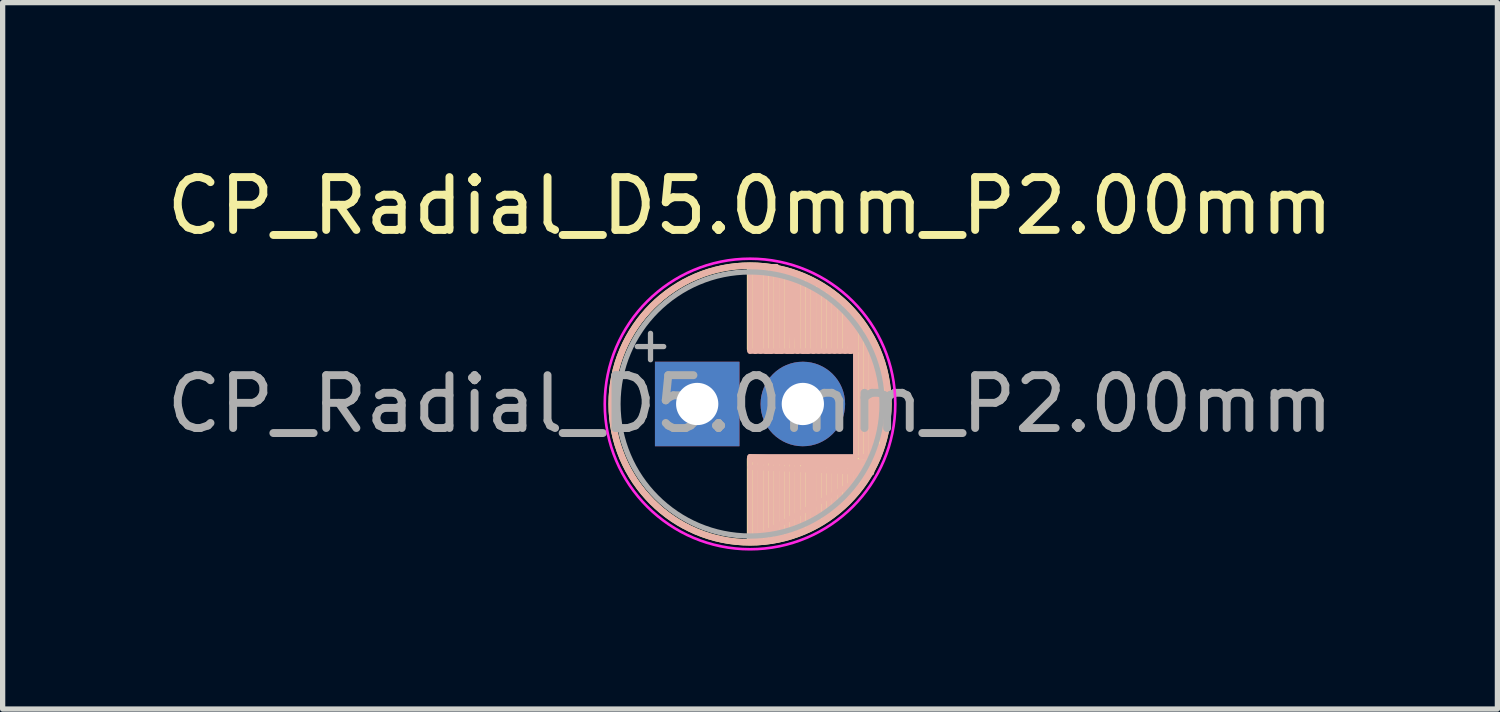
<source format=kicad_pcb>
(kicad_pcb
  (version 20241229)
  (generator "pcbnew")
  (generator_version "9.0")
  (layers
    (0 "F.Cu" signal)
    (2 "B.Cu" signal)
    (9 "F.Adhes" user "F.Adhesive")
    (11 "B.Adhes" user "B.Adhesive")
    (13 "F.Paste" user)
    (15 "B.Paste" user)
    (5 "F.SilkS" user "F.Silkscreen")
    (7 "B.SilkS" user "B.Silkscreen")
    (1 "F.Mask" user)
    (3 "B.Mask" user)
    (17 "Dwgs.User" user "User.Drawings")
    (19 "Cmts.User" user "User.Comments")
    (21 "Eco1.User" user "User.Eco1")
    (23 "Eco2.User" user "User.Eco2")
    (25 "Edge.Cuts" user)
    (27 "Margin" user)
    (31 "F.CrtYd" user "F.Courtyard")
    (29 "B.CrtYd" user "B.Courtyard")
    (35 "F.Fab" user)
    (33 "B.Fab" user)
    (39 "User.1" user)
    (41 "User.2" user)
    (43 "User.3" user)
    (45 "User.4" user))
  (footprint "CP_Radial_D5.0mm_P2.00mm"
    (layer "F.Cu")
    (at 10.149 4.598)
    (property "Reference" "CP_Radial_D5.0mm_P2.00mm" (at 1 -3.75 0) (layer "F.SilkS") (effects (font (size 1 1) (thickness 0.15))))
    (attr through_hole)
    (fp_line (start 1 -2.58) (end 1 -1.04) (stroke (width 0.12) (type solid)) (layer "F.SilkS"))
    (fp_line (start 1 1.04) (end 1 2.58) (stroke (width 0.12) (type solid)) (layer "F.SilkS"))
    (fp_line (start 1.04 -2.58) (end 1.04 -1.04) (stroke (width 0.12) (type solid)) (layer "F.SilkS"))
    (fp_line (start 1.04 1.04) (end 1.04 2.58) (stroke (width 0.12) (type solid)) (layer "F.SilkS"))
    (fp_line (start 1.08 -2.579) (end 1.08 -1.04) (stroke (width 0.12) (type solid)) (layer "F.SilkS"))
    (fp_line (start 1.08 1.04) (end 1.08 2.579) (stroke (width 0.12) (type solid)) (layer "F.SilkS"))
    (fp_line (start 1.12 -2.577) (end 1.12 -1.04) (stroke (width 0.12) (type solid)) (layer "F.SilkS"))
    (fp_line (start 1.12 1.04) (end 1.12 2.577) (stroke (width 0.12) (type solid)) (layer "F.SilkS"))
    (fp_line (start 1.16 -2.575) (end 1.16 -1.04) (stroke (width 0.12) (type solid)) (layer "F.SilkS"))
    (fp_line (start 1.16 1.04) (end 1.16 2.575) (stroke (width 0.12) (type solid)) (layer "F.SilkS"))
    (fp_line (start 1.2 -2.572) (end 1.2 -1.04) (stroke (width 0.12) (type solid)) (layer "F.SilkS"))
    (fp_line (start 1.2 1.04) (end 1.2 2.572) (stroke (width 0.12) (type solid)) (layer "F.SilkS"))
    (fp_line (start 1.24 -2.569) (end 1.24 -1.04) (stroke (width 0.12) (type solid)) (layer "F.SilkS"))
    (fp_line (start 1.24 1.04) (end 1.24 2.569) (stroke (width 0.12) (type solid)) (layer "F.SilkS"))
    (fp_line (start 1.28 -2.565) (end 1.28 -1.04) (stroke (width 0.12) (type solid)) (layer "F.SilkS"))
    (fp_line (start 1.28 1.04) (end 1.28 2.565) (stroke (width 0.12) (type solid)) (layer "F.SilkS"))
    (fp_line (start 1.32 -2.56) (end 1.32 -1.04) (stroke (width 0.12) (type solid)) (layer "F.SilkS"))
    (fp_line (start 1.32 1.04) (end 1.32 2.56) (stroke (width 0.12) (type solid)) (layer "F.SilkS"))
    (fp_line (start 1.36 -2.555) (end 1.36 -1.04) (stroke (width 0.12) (type solid)) (layer "F.SilkS"))
    (fp_line (start 1.36 1.04) (end 1.36 2.555) (stroke (width 0.12) (type solid)) (layer "F.SilkS"))
    (fp_line (start 1.4 -2.549) (end 1.4 -1.04) (stroke (width 0.12) (type solid)) (layer "F.SilkS"))
    (fp_line (start 1.4 1.04) (end 1.4 2.549) (stroke (width 0.12) (type solid)) (layer "F.SilkS"))
    (fp_line (start 1.44 -2.543) (end 1.44 -1.04) (stroke (width 0.12) (type solid)) (layer "F.SilkS"))
    (fp_line (start 1.44 1.04) (end 1.44 2.543) (stroke (width 0.12) (type solid)) (layer "F.SilkS"))
    (fp_line (start 1.48 -2.536) (end 1.48 -1.04) (stroke (width 0.12) (type solid)) (layer "F.SilkS"))
    (fp_line (start 1.48 1.04) (end 1.48 2.536) (stroke (width 0.12) (type solid)) (layer "F.SilkS"))
    (fp_line (start 1.52 -2.528) (end 1.52 -1.04) (stroke (width 0.12) (type solid)) (layer "F.SilkS"))
    (fp_line (start 1.52 1.04) (end 1.52 2.528) (stroke (width 0.12) (type solid)) (layer "F.SilkS"))
    (fp_line (start 1.56 -2.519) (end 1.56 -1.04) (stroke (width 0.12) (type solid)) (layer "F.SilkS"))
    (fp_line (start 1.56 1.04) (end 1.56 2.519) (stroke (width 0.12) (type solid)) (layer "F.SilkS"))
    (fp_line (start 1.6 -2.51) (end 1.6 -1.04) (stroke (width 0.12) (type solid)) (layer "F.SilkS"))
    (fp_line (start 1.6 1.04) (end 1.6 2.51) (stroke (width 0.12) (type solid)) (layer "F.SilkS"))
    (fp_line (start 1.64 -2.501) (end 1.64 -1.04) (stroke (width 0.12) (type solid)) (layer "F.SilkS"))
    (fp_line (start 1.64 1.04) (end 1.64 2.501) (stroke (width 0.12) (type solid)) (layer "F.SilkS"))
    (fp_line (start 1.68 -2.49) (end 1.68 -1.04) (stroke (width 0.12) (type solid)) (layer "F.SilkS"))
    (fp_line (start 1.68 1.04) (end 1.68 2.49) (stroke (width 0.12) (type solid)) (layer "F.SilkS"))
    (fp_line (start 1.72 -2.479) (end 1.72 -1.04) (stroke (width 0.12) (type solid)) (layer "F.SilkS"))
    (fp_line (start 1.72 1.04) (end 1.72 2.479) (stroke (width 0.12) (type solid)) (layer "F.SilkS"))
    (fp_line (start 1.76 -2.467) (end 1.76 -1.04) (stroke (width 0.12) (type solid)) (layer "F.SilkS"))
    (fp_line (start 1.76 1.04) (end 1.76 2.467) (stroke (width 0.12) (type solid)) (layer "F.SilkS"))
    (fp_line (start 1.8 -2.455) (end 1.8 -1.04) (stroke (width 0.12) (type solid)) (layer "F.SilkS"))
    (fp_line (start 1.8 1.04) (end 1.8 2.455) (stroke (width 0.12) (type solid)) (layer "F.SilkS"))
    (fp_line (start 1.84 -2.442) (end 1.84 -1.04) (stroke (width 0.12) (type solid)) (layer "F.SilkS"))
    (fp_line (start 1.84 1.04) (end 1.84 2.442) (stroke (width 0.12) (type solid)) (layer "F.SilkS"))
    (fp_line (start 1.88 -2.428) (end 1.88 -1.04) (stroke (width 0.12) (type solid)) (layer "F.SilkS"))
    (fp_line (start 1.88 1.04) (end 1.88 2.428) (stroke (width 0.12) (type solid)) (layer "F.SilkS"))
    (fp_line (start 1.92 -2.413) (end 1.92 -1.04) (stroke (width 0.12) (type solid)) (layer "F.SilkS"))
    (fp_line (start 1.92 1.04) (end 1.92 2.413) (stroke (width 0.12) (type solid)) (layer "F.SilkS"))
    (fp_line (start 1.96 -2.398) (end 1.96 -1.04) (stroke (width 0.12) (type solid)) (layer "F.SilkS"))
    (fp_line (start 1.96 1.04) (end 1.96 2.398) (stroke (width 0.12) (type solid)) (layer "F.SilkS"))
    (fp_line (start 2 -2.382) (end 2 -1.04) (stroke (width 0.12) (type solid)) (layer "F.SilkS"))
    (fp_line (start 2 1.04) (end 2 2.382) (stroke (width 0.12) (type solid)) (layer "F.SilkS"))
    (fp_line (start 2.04 -2.365) (end 2.04 -1.04) (stroke (width 0.12) (type solid)) (layer "F.SilkS"))
    (fp_line (start 2.04 1.04) (end 2.04 2.365) (stroke (width 0.12) (type solid)) (layer "F.SilkS"))
    (fp_line (start 2.08 -2.347) (end 2.08 -1.04) (stroke (width 0.12) (type solid)) (layer "F.SilkS"))
    (fp_line (start 2.08 1.04) (end 2.08 2.347) (stroke (width 0.12) (type solid)) (layer "F.SilkS"))
    (fp_line (start 2.12 -2.329) (end 2.12 -1.04) (stroke (width 0.12) (type solid)) (layer "F.SilkS"))
    (fp_line (start 2.12 1.04) (end 2.12 2.329) (stroke (width 0.12) (type solid)) (layer "F.SilkS"))
    (fp_line (start 2.16 -2.309) (end 2.16 -1.04) (stroke (width 0.12) (type solid)) (layer "F.SilkS"))
    (fp_line (start 2.16 1.04) (end 2.16 2.309) (stroke (width 0.12) (type solid)) (layer "F.SilkS"))
    (fp_line (start 2.2 -2.289) (end 2.2 -1.04) (stroke (width 0.12) (type solid)) (layer "F.SilkS"))
    (fp_line (start 2.2 1.04) (end 2.2 2.289) (stroke (width 0.12) (type solid)) (layer "F.SilkS"))
    (fp_line (start 2.24 -2.268) (end 2.24 -1.04) (stroke (width 0.12) (type solid)) (layer "F.SilkS"))
    (fp_line (start 2.24 1.04) (end 2.24 2.268) (stroke (width 0.12) (type solid)) (layer "F.SilkS"))
    (fp_line (start 2.28 -2.246) (end 2.28 -1.04) (stroke (width 0.12) (type solid)) (layer "F.SilkS"))
    (fp_line (start 2.28 1.04) (end 2.28 2.246) (stroke (width 0.12) (type solid)) (layer "F.SilkS"))
    (fp_line (start 2.32 -2.223) (end 2.32 -1.04) (stroke (width 0.12) (type solid)) (layer "F.SilkS"))
    (fp_line (start 2.32 1.04) (end 2.32 2.223) (stroke (width 0.12) (type solid)) (layer "F.SilkS"))
    (fp_line (start 2.36 -2.199) (end 2.36 -1.04) (stroke (width 0.12) (type solid)) (layer "F.SilkS"))
    (fp_line (start 2.36 1.04) (end 2.36 2.199) (stroke (width 0.12) (type solid)) (layer "F.SilkS"))
    (fp_line (start 2.4 -2.175) (end 2.4 -1.04) (stroke (width 0.12) (type solid)) (layer "F.SilkS"))
    (fp_line (start 2.4 1.04) (end 2.4 2.175) (stroke (width 0.12) (type solid)) (layer "F.SilkS"))
    (fp_line (start 2.44 -2.149) (end 2.44 -1.04) (stroke (width 0.12) (type solid)) (layer "F.SilkS"))
    (fp_line (start 2.44 1.04) (end 2.44 2.149) (stroke (width 0.12) (type solid)) (layer "F.SilkS"))
    (fp_line (start 2.48 -2.122) (end 2.48 -1.04) (stroke (width 0.12) (type solid)) (layer "F.SilkS"))
    (fp_line (start 2.48 1.04) (end 2.48 2.122) (stroke (width 0.12) (type solid)) (layer "F.SilkS"))
    (fp_line (start 2.52 -2.094) (end 2.52 -1.04) (stroke (width 0.12) (type solid)) (layer "F.SilkS"))
    (fp_line (start 2.52 1.04) (end 2.52 2.094) (stroke (width 0.12) (type solid)) (layer "F.SilkS"))
    (fp_line (start 2.56 -2.065) (end 2.56 -1.04) (stroke (width 0.12) (type solid)) (layer "F.SilkS"))
    (fp_line (start 2.56 1.04) (end 2.56 2.065) (stroke (width 0.12) (type solid)) (layer "F.SilkS"))
    (fp_line (start 2.6 -2.035) (end 2.6 -1.04) (stroke (width 0.12) (type solid)) (layer "F.SilkS"))
    (fp_line (start 2.6 1.04) (end 2.6 2.035) (stroke (width 0.12) (type solid)) (layer "F.SilkS"))
    (fp_line (start 2.64 -2.003) (end 2.64 -1.04) (stroke (width 0.12) (type solid)) (layer "F.SilkS"))
    (fp_line (start 2.64 1.04) (end 2.64 2.003) (stroke (width 0.12) (type solid)) (layer "F.SilkS"))
    (fp_line (start 2.68 -1.97) (end 2.68 -1.04) (stroke (width 0.12) (type solid)) (layer "F.SilkS"))
    (fp_line (start 2.68 1.04) (end 2.68 1.97) (stroke (width 0.12) (type solid)) (layer "F.SilkS"))
    (fp_line (start 2.72 -1.936) (end 2.72 -1.04) (stroke (width 0.12) (type solid)) (layer "F.SilkS"))
    (fp_line (start 2.72 1.04) (end 2.72 1.936) (stroke (width 0.12) (type solid)) (layer "F.SilkS"))
    (fp_line (start 2.76 -1.901) (end 2.76 -1.04) (stroke (width 0.12) (type solid)) (layer "F.SilkS"))
    (fp_line (start 2.76 1.04) (end 2.76 1.901) (stroke (width 0.12) (type solid)) (layer "F.SilkS"))
    (fp_line (start 2.8 -1.864) (end 2.8 -1.04) (stroke (width 0.12) (type solid)) (layer "F.SilkS"))
    (fp_line (start 2.8 1.04) (end 2.8 1.864) (stroke (width 0.12) (type solid)) (layer "F.SilkS"))
    (fp_line (start 2.84 -1.825) (end 2.84 -1.04) (stroke (width 0.12) (type solid)) (layer "F.SilkS"))
    (fp_line (start 2.84 1.04) (end 2.84 1.825) (stroke (width 0.12) (type solid)) (layer "F.SilkS"))
    (fp_line (start 2.88 -1.785) (end 2.88 -1.04) (stroke (width 0.12) (type solid)) (layer "F.SilkS"))
    (fp_line (start 2.88 1.04) (end 2.88 1.785) (stroke (width 0.12) (type solid)) (layer "F.SilkS"))
    (fp_line (start 2.92 -1.743) (end 2.92 -1.04) (stroke (width 0.12) (type solid)) (layer "F.SilkS"))
    (fp_line (start 2.92 1.04) (end 2.92 1.743) (stroke (width 0.12) (type solid)) (layer "F.SilkS"))
    (fp_line (start 2.96 -1.699) (end 2.96 -1.04) (stroke (width 0.12) (type solid)) (layer "F.SilkS"))
    (fp_line (start 2.96 1.04) (end 2.96 1.699) (stroke (width 0.12) (type solid)) (layer "F.SilkS"))
    (fp_line (start 3 -1.652) (end 3 -1.04) (stroke (width 0.12) (type solid)) (layer "F.SilkS"))
    (fp_line (start 3 1.04) (end 3 1.652) (stroke (width 0.12) (type solid)) (layer "F.SilkS"))
    (fp_line (start 3.04 -1.604) (end 3.04 1.604) (stroke (width 0.12) (type solid)) (layer "F.SilkS"))
    (fp_line (start 3.08 -1.553) (end 3.08 1.553) (stroke (width 0.12) (type solid)) (layer "F.SilkS"))
    (fp_line (start 3.12 -1.499) (end 3.12 1.499) (stroke (width 0.12) (type solid)) (layer "F.SilkS"))
    (fp_line (start 3.16 -1.443) (end 3.16 1.443) (stroke (width 0.12) (type solid)) (layer "F.SilkS"))
    (fp_line (start 3.2 -1.383) (end 3.2 1.383) (stroke (width 0.12) (type solid)) (layer "F.SilkS"))
    (fp_line (start 3.24 -1.319) (end 3.24 1.319) (stroke (width 0.12) (type solid)) (layer "F.SilkS"))
    (fp_line (start 3.28 -1.251) (end 3.28 1.251) (stroke (width 0.12) (type solid)) (layer "F.SilkS"))
    (fp_line (start 3.32 -1.177) (end 3.32 1.177) (stroke (width 0.12) (type solid)) (layer "F.SilkS"))
    (fp_line (start 3.36 -1.098) (end 3.36 1.098) (stroke (width 0.12) (type solid)) (layer "F.SilkS"))
    (fp_line (start 3.4 -1.011) (end 3.4 1.011) (stroke (width 0.12) (type solid)) (layer "F.SilkS"))
    (fp_line (start 3.44 -0.914) (end 3.44 0.914) (stroke (width 0.12) (type solid)) (layer "F.SilkS"))
    (fp_line (start 3.48 -0.805) (end 3.48 0.805) (stroke (width 0.12) (type solid)) (layer "F.SilkS"))
    (fp_line (start 3.52 -0.677) (end 3.52 0.677) (stroke (width 0.12) (type solid)) (layer "F.SilkS"))
    (fp_line (start 3.56 -0.517) (end 3.56 0.517) (stroke (width 0.12) (type solid)) (layer "F.SilkS"))
    (fp_line (start 3.6 -0.283) (end 3.6 0.283) (stroke (width 0.12) (type solid)) (layer "F.SilkS"))
    (fp_circle (center 1 0) (end 3.62 0) (stroke (width 0.12) (type solid)) (fill no) (layer "F.SilkS"))
    (fp_line (start 1 -2.62) (end 1 -1) (stroke (width 0.1) (type default)) (layer "B.SilkS"))
    (fp_line (start 1 -1) (end 3 -1) (stroke (width 0.1) (type default)) (layer "B.SilkS"))
    (fp_line (start 1 1) (end 1 2.62) (stroke (width 0.1) (type default)) (layer "B.SilkS"))
    (fp_line (start 1 1) (end 3.2 1.1) (stroke (width 0.1) (type default)) (layer "B.SilkS"))
    (fp_line (start 1 1.05) (end 3.3 1.2) (stroke (width 0.1) (type default)) (layer "B.SilkS"))
    (fp_line (start 1 1.2) (end 3.3 1.3) (stroke (width 0.1) (type default)) (layer "B.SilkS"))
    (fp_line (start 1.1 -2.6) (end 1.1 -1) (stroke (width 0.1) (type default)) (layer "B.SilkS"))
    (fp_line (start 1.1 -1) (end 1.1 -2.6) (stroke (width 0.1) (type default)) (layer "B.SilkS"))
    (fp_line (start 1.1 1.1) (end 1.1 2.6) (stroke (width 0.1) (type default)) (layer "B.SilkS"))
    (fp_line (start 1.1 2.6) (end 1.2 2.6) (stroke (width 0.1) (type default)) (layer "B.SilkS"))
    (fp_line (start 1.2 -2.6) (end 1.3 -2.6) (stroke (width 0.1) (type default)) (layer "B.SilkS"))
    (fp_line (start 1.2 -1) (end 1.2 -2.6) (stroke (width 0.1) (type default)) (layer "B.SilkS"))
    (fp_line (start 1.2 1.1) (end 1.3 1.1) (stroke (width 0.1) (type default)) (layer "B.SilkS"))
    (fp_line (start 1.2 2.6) (end 1.2 1.1) (stroke (width 0.1) (type default)) (layer "B.SilkS"))
    (fp_line (start 1.3 -2.6) (end 1.3 -1) (stroke (width 0.1) (type default)) (layer "B.SilkS"))
    (fp_line (start 1.3 -1) (end 1.4 -1) (stroke (width 0.1) (type default)) (layer "B.SilkS"))
    (fp_line (start 1.3 1.1) (end 1.3 2.5) (stroke (width 0.1) (type default)) (layer "B.SilkS"))
    (fp_line (start 1.3 2.5) (end 1.3 2.6) (stroke (width 0.1) (type default)) (layer "B.SilkS"))
    (fp_line (start 1.3 2.6) (end 1.4 2.6) (stroke (width 0.1) (type default)) (layer "B.SilkS"))
    (fp_line (start 1.4 -2.6) (end 1.5 -2.6) (stroke (width 0.1) (type default)) (layer "B.SilkS"))
    (fp_line (start 1.4 -1) (end 1.4 -2.6) (stroke (width 0.1) (type default)) (layer "B.SilkS"))
    (fp_line (start 1.4 1.1) (end 1.5 1.1) (stroke (width 0.1) (type default)) (layer "B.SilkS"))
    (fp_line (start 1.4 2.6) (end 1.4 1.1) (stroke (width 0.1) (type default)) (layer "B.SilkS"))
    (fp_line (start 1.5 -2.6) (end 1.5 -1) (stroke (width 0.1) (type default)) (layer "B.SilkS"))
    (fp_line (start 1.5 -1) (end 1.6 -1) (stroke (width 0.1) (type default)) (layer "B.SilkS"))
    (fp_line (start 1.5 1.1) (end 1.5 2.5) (stroke (width 0.1) (type default)) (layer "B.SilkS"))
    (fp_line (start 1.5 2.5) (end 1.6 2.5) (stroke (width 0.1) (type default)) (layer "B.SilkS"))
    (fp_line (start 1.6 -2.5) (end 1.7 -2.5) (stroke (width 0.1) (type default)) (layer "B.SilkS"))
    (fp_line (start 1.6 -1) (end 1.6 -2.5) (stroke (width 0.1) (type default)) (layer "B.SilkS"))
    (fp_line (start 1.6 1.1) (end 1.7 1.1) (stroke (width 0.1) (type default)) (layer "B.SilkS"))
    (fp_line (start 1.6 2.5) (end 1.6 1.1) (stroke (width 0.1) (type default)) (layer "B.SilkS"))
    (fp_line (start 1.7 -2.5) (end 1.7 -1) (stroke (width 0.1) (type default)) (layer "B.SilkS"))
    (fp_line (start 1.7 -1) (end 1.8 -1) (stroke (width 0.1) (type default)) (layer "B.SilkS"))
    (fp_line (start 1.7 1.1) (end 1.7 2.5) (stroke (width 0.1) (type default)) (layer "B.SilkS"))
    (fp_line (start 1.7 2.5) (end 1.8 2.5) (stroke (width 0.1) (type default)) (layer "B.SilkS"))
    (fp_line (start 1.75 -2.4) (end 1.8 -2.5) (stroke (width 0.1) (type default)) (layer "B.SilkS"))
    (fp_line (start 1.8 -2.5) (end 1.9 -1) (stroke (width 0.1) (type default)) (layer "B.SilkS"))
    (fp_line (start 1.8 -1) (end 1.75 -2.4) (stroke (width 0.1) (type default)) (layer "B.SilkS"))
    (fp_line (start 1.8 1.1) (end 1.9 1.1) (stroke (width 0.1) (type default)) (layer "B.SilkS"))
    (fp_line (start 1.8 2.5) (end 1.8 1.1) (stroke (width 0.1) (type default)) (layer "B.SilkS"))
    (fp_line (start 1.9 -2.4) (end 2 -2.4) (stroke (width 0.1) (type default)) (layer "B.SilkS"))
    (fp_line (start 1.9 -1) (end 1.9 -2.4) (stroke (width 0.1) (type default)) (layer "B.SilkS"))
    (fp_line (start 1.9 1.1) (end 1.9 2.4) (stroke (width 0.1) (type default)) (layer "B.SilkS"))
    (fp_line (start 1.9 2.4) (end 2 2.4) (stroke (width 0.1) (type default)) (layer "B.SilkS"))
    (fp_line (start 2 -2.4) (end 2 -1) (stroke (width 0.1) (type default)) (layer "B.SilkS"))
    (fp_line (start 2 -1) (end 2.1 -1) (stroke (width 0.1) (type default)) (layer "B.SilkS"))
    (fp_line (start 2 1.2) (end 2.1 1.2) (stroke (width 0.1) (type default)) (layer "B.SilkS"))
    (fp_line (start 2 2.4) (end 2 1.2) (stroke (width 0.1) (type default)) (layer "B.SilkS"))
    (fp_line (start 2.1 -2.3) (end 2.2 -2.3) (stroke (width 0.1) (type default)) (layer "B.SilkS"))
    (fp_line (start 2.1 -1) (end 2.1 -2.3) (stroke (width 0.1) (type default)) (layer "B.SilkS"))
    (fp_line (start 2.1 1.2) (end 2.1 2.3) (stroke (width 0.1) (type default)) (layer "B.SilkS"))
    (fp_line (start 2.1 2.3) (end 2.2 2.3) (stroke (width 0.1) (type default)) (layer "B.SilkS"))
    (fp_line (start 2.15 1.2) (end 2.2 1.2) (stroke (width 0.1) (type default)) (layer "B.SilkS"))
    (fp_line (start 2.2 -2.3) (end 2.2 -1) (stroke (width 0.1) (type default)) (layer "B.SilkS"))
    (fp_line (start 2.2 -1) (end 2.2 -2.3) (stroke (width 0.1) (type default)) (layer "B.SilkS"))
    (fp_line (start 2.2 1.2) (end 2.2 2.3) (stroke (width 0.1) (type default)) (layer "B.SilkS"))
    (fp_line (start 2.2 2.3) (end 2.15 1.2) (stroke (width 0.1) (type default)) (layer "B.SilkS"))
    (fp_line (start 2.2 2.3) (end 2.3 2.2) (stroke (width 0.1) (type default)) (layer "B.SilkS"))
    (fp_line (start 2.3 -1) (end 2.3 -2.2) (stroke (width 0.1) (type default)) (layer "B.SilkS"))
    (fp_line (start 2.3 1.2) (end 2.4 1.2) (stroke (width 0.1) (type default)) (layer "B.SilkS"))
    (fp_line (start 2.3 2.2) (end 2.3 1.2) (stroke (width 0.1) (type default)) (layer "B.SilkS"))
    (fp_line (start 2.4 -1) (end 2.4 -2.2) (stroke (width 0.1) (type default)) (layer "B.SilkS"))
    (fp_line (start 2.4 1.2) (end 2.4 2.2) (stroke (width 0.1) (type default)) (layer "B.SilkS"))
    (fp_line (start 2.4 2.2) (end 2.5 2.1) (stroke (width 0.1) (type default)) (layer "B.SilkS"))
    (fp_line (start 2.5 -1) (end 2.5 -2.1) (stroke (width 0.1) (type default)) (layer "B.SilkS"))
    (fp_line (start 2.5 1.2) (end 2.6 1.2) (stroke (width 0.1) (type default)) (layer "B.SilkS"))
    (fp_line (start 2.5 2.1) (end 2.5 1.2) (stroke (width 0.1) (type default)) (layer "B.SilkS"))
    (fp_line (start 2.6 -1) (end 2.6 -2) (stroke (width 0.1) (type default)) (layer "B.SilkS"))
    (fp_line (start 2.6 1.2) (end 2.6 2) (stroke (width 0.1) (type default)) (layer "B.SilkS"))
    (fp_line (start 2.6 2) (end 2.7 2) (stroke (width 0.1) (type default)) (layer "B.SilkS"))
    (fp_line (start 2.7 -1) (end 2.7 -2) (stroke (width 0.1) (type default)) (layer "B.SilkS"))
    (fp_line (start 2.7 1.2) (end 2.8 1.2) (stroke (width 0.1) (type default)) (layer "B.SilkS"))
    (fp_line (start 2.7 2) (end 2.7 1.2) (stroke (width 0.1) (type default)) (layer "B.SilkS"))
    (fp_line (start 2.8 -1.9) (end 2.9 -1) (stroke (width 0.1) (type default)) (layer "B.SilkS"))
    (fp_line (start 2.8 -1) (end 2.8 -1.9) (stroke (width 0.1) (type default)) (layer "B.SilkS"))
    (fp_line (start 2.8 1.2) (end 2.8 1.9) (stroke (width 0.1) (type default)) (layer "B.SilkS"))
    (fp_line (start 2.8 1.9) (end 2.9 1.7) (stroke (width 0.1) (type default)) (layer "B.SilkS"))
    (fp_line (start 2.9 -1.8) (end 3 -1) (stroke (width 0.1) (type default)) (layer "B.SilkS"))
    (fp_line (start 2.9 -1) (end 2.9 -1.8) (stroke (width 0.1) (type default)) (layer "B.SilkS"))
    (fp_line (start 2.9 1.2) (end 3 1.2) (stroke (width 0.1) (type default)) (layer "B.SilkS"))
    (fp_line (start 2.9 1.7) (end 2.5 2.1) (stroke (width 0.1) (type default)) (layer "B.SilkS"))
    (fp_line (start 2.9 1.7) (end 2.9 1.2) (stroke (width 0.1) (type default)) (layer "B.SilkS"))
    (fp_line (start 3 -1.6) (end 3.1 -1.5) (stroke (width 0.1) (type default)) (layer "B.SilkS"))
    (fp_line (start 3 -1) (end 3 -1.6) (stroke (width 0.1) (type default)) (layer "B.SilkS"))
    (fp_line (start 3 -1) (end 3 1) (stroke (width 0.1) (type default)) (layer "B.SilkS"))
    (fp_line (start 3 1) (end 1 1) (stroke (width 0.1) (type default)) (layer "B.SilkS"))
    (fp_line (start 3 1.2) (end 3 1.6) (stroke (width 0.1) (type default)) (layer "B.SilkS"))
    (fp_line (start 3 1.5) (end 3.1 1.2) (stroke (width 0.1) (type default)) (layer "B.SilkS"))
    (fp_line (start 3 1.6) (end 3 1.5) (stroke (width 0.1) (type default)) (layer "B.SilkS"))
    (fp_line (start 3.1 -1.5) (end 3.1 1) (stroke (width 0.1) (type default)) (layer "B.SilkS"))
    (fp_line (start 3.1 1) (end 3.2 1) (stroke (width 0.1) (type default)) (layer "B.SilkS"))
    (fp_line (start 3.1 1) (end 3.3 1) (stroke (width 0.1) (type default)) (layer "B.SilkS"))
    (fp_line (start 3.1 1.2) (end 3.2 1.2) (stroke (width 0.1) (type default)) (layer "B.SilkS"))
    (fp_line (start 3.2 -1.4) (end 3.3 -1.1) (stroke (width 0.1) (type default)) (layer "B.SilkS"))
    (fp_line (start 3.2 1) (end 3.2 -1.4) (stroke (width 0.1) (type default)) (layer "B.SilkS"))
    (fp_line (start 3.2 1.2) (end 2.9 1.7) (stroke (width 0.1) (type default)) (layer "B.SilkS"))
    (fp_line (start 3.3 -1.1) (end 3.3 1) (stroke (width 0.1) (type default)) (layer "B.SilkS"))
    (fp_line (start 3.3 1) (end 3.4 1) (stroke (width 0.1) (type default)) (layer "B.SilkS"))
    (fp_line (start 3.3 1.2) (end 3.2 1) (stroke (width 0.1) (type default)) (layer "B.SilkS"))
    (fp_line (start 3.3 1.2) (end 3.3 1) (stroke (width 0.1) (type default)) (layer "B.SilkS"))
    (fp_line (start 3.3 1.3) (end 1 2.6) (stroke (width 0.1) (type default)) (layer "B.SilkS"))
    (fp_line (start 3.35 -1) (end 3.5 -0.7) (stroke (width 0.1) (type default)) (layer "B.SilkS"))
    (fp_line (start 3.4 -0.7) (end 3.5 0.1) (stroke (width 0.1) (type default)) (layer "B.SilkS"))
    (fp_line (start 3.4 1) (end 3.35 -1) (stroke (width 0.1) (type default)) (layer "B.SilkS"))
    (fp_line (start 3.5 -0.7) (end 3.5 0.7) (stroke (width 0.1) (type default)) (layer "B.SilkS"))
    (fp_line (start 3.5 0.1) (end 3.3 1.2) (stroke (width 0.1) (type default)) (layer "B.SilkS"))
    (fp_line (start 3.5 0.7) (end 3.4 -0.7) (stroke (width 0.1) (type default)) (layer "B.SilkS"))
    (fp_circle (center 1 0) (end 3.62 0) (stroke (width 0.12) (type solid)) (fill no) (layer "B.SilkS"))
    (fp_circle (center 1 0) (end 3.75 0) (stroke (width 0.05) (type solid)) (fill no) (layer "F.CrtYd"))
    (fp_line (start -1.134 -1.087) (end -0.634 -1.087) (stroke (width 0.1) (type solid)) (layer "F.Fab"))
    (fp_line (start -0.884 -1.337) (end -0.884 -0.838) (stroke (width 0.1) (type solid)) (layer "F.Fab"))
    (fp_circle (center 1 0) (end 3.5 0) (stroke (width 0.1) (type solid)) (fill no) (layer "F.Fab"))
    (fp_text user "${REFERENCE}" (at 1 0 0) (layer "F.Fab") (effects (font (size 1 1) (thickness 0.15))))
    (pad "1" thru_hole rect (at 0 0) (size 1.6 1.6) (drill 0.8) (layers "*.Cu" "*.Mask"))
    (pad "2" thru_hole circle (at 2 0) (size 1.6 1.6) (drill 0.8) (layers "*.Cu" "*.Mask")))
  (gr_rect
    (start -3 -3)
    (end 25.298 10.373)
    (stroke (width 0.1) (type default))
    (fill no)
    (layer "Edge.Cuts")))
</source>
